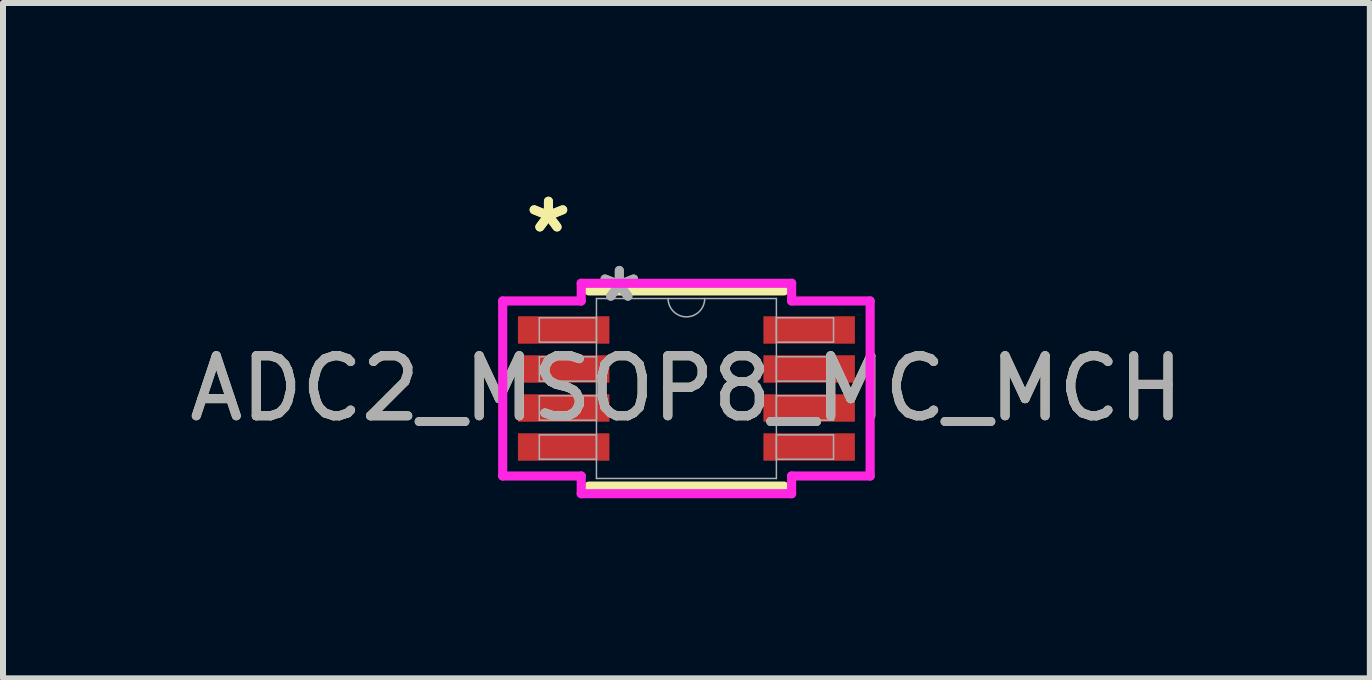
<source format=kicad_pcb>
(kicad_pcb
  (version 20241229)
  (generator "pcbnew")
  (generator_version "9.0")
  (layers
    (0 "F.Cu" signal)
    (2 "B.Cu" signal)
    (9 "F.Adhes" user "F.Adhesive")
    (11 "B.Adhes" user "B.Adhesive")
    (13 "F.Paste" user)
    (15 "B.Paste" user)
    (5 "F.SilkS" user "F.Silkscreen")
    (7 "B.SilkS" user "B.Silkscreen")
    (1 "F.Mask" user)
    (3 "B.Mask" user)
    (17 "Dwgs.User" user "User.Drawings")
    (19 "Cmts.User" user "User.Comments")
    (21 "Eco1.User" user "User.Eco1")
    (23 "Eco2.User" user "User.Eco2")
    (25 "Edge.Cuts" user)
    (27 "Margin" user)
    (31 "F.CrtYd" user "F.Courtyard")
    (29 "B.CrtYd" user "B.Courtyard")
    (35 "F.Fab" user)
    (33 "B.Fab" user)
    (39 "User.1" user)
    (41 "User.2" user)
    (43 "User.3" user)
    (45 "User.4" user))
  (footprint "ADC2_MSOP8_MC_MCH"
    (layer "F.Cu")
    (at 8.387 3.423)
    (property "Reference" "ADC2_MSOP8_MC_MCH" (at 0 0 0) (unlocked yes) (layer "F.SilkS") (effects (font (size 1 1) (thickness 0.15))))
    (attr smd)
    (fp_line (start -1.626 1.626) (end 1.626 1.626) (stroke (width 0.152) (type solid)) (layer "F.SilkS"))
    (fp_line (start 1.626 -1.626) (end -1.626 -1.626) (stroke (width 0.152) (type solid)) (layer "F.SilkS"))
    (fp_line (start -3.061 -1.458) (end -1.753 -1.458) (stroke (width 0.152) (type solid)) (layer "F.CrtYd"))
    (fp_line (start -3.061 1.458) (end -3.061 -1.458) (stroke (width 0.152) (type solid)) (layer "F.CrtYd"))
    (fp_line (start -3.061 1.458) (end -1.753 1.458) (stroke (width 0.152) (type solid)) (layer "F.CrtYd"))
    (fp_line (start -1.753 -1.753) (end 1.753 -1.753) (stroke (width 0.152) (type solid)) (layer "F.CrtYd"))
    (fp_line (start -1.753 -1.458) (end -1.753 -1.753) (stroke (width 0.152) (type solid)) (layer "F.CrtYd"))
    (fp_line (start -1.753 1.753) (end -1.753 1.458) (stroke (width 0.152) (type solid)) (layer "F.CrtYd"))
    (fp_line (start 1.753 -1.753) (end 1.753 -1.458) (stroke (width 0.152) (type solid)) (layer "F.CrtYd"))
    (fp_line (start 1.753 1.458) (end 1.753 1.753) (stroke (width 0.152) (type solid)) (layer "F.CrtYd"))
    (fp_line (start 1.753 1.753) (end -1.753 1.753) (stroke (width 0.152) (type solid)) (layer "F.CrtYd"))
    (fp_line (start 3.061 -1.458) (end 1.753 -1.458) (stroke (width 0.152) (type solid)) (layer "F.CrtYd"))
    (fp_line (start 3.061 -1.458) (end 3.061 1.458) (stroke (width 0.152) (type solid)) (layer "F.CrtYd"))
    (fp_line (start 3.061 1.458) (end 1.753 1.458) (stroke (width 0.152) (type solid)) (layer "F.CrtYd"))
    (fp_line (start -2.451 -1.178) (end -2.451 -0.772) (stroke (width 0.025) (type solid)) (layer "F.Fab"))
    (fp_line (start -2.451 -0.772) (end -1.499 -0.772) (stroke (width 0.025) (type solid)) (layer "F.Fab"))
    (fp_line (start -2.451 -0.528) (end -2.451 -0.122) (stroke (width 0.025) (type solid)) (layer "F.Fab"))
    (fp_line (start -2.451 -0.122) (end -1.499 -0.122) (stroke (width 0.025) (type solid)) (layer "F.Fab"))
    (fp_line (start -2.451 0.122) (end -2.451 0.528) (stroke (width 0.025) (type solid)) (layer "F.Fab"))
    (fp_line (start -2.451 0.528) (end -1.499 0.528) (stroke (width 0.025) (type solid)) (layer "F.Fab"))
    (fp_line (start -2.451 0.772) (end -2.451 1.178) (stroke (width 0.025) (type solid)) (layer "F.Fab"))
    (fp_line (start -2.451 1.178) (end -1.499 1.178) (stroke (width 0.025) (type solid)) (layer "F.Fab"))
    (fp_line (start -1.499 -1.499) (end -1.499 1.499) (stroke (width 0.025) (type solid)) (layer "F.Fab"))
    (fp_line (start -1.499 -1.178) (end -2.451 -1.178) (stroke (width 0.025) (type solid)) (layer "F.Fab"))
    (fp_line (start -1.499 -0.772) (end -1.499 -1.178) (stroke (width 0.025) (type solid)) (layer "F.Fab"))
    (fp_line (start -1.499 -0.528) (end -2.451 -0.528) (stroke (width 0.025) (type solid)) (layer "F.Fab"))
    (fp_line (start -1.499 -0.122) (end -1.499 -0.528) (stroke (width 0.025) (type solid)) (layer "F.Fab"))
    (fp_line (start -1.499 0.122) (end -2.451 0.122) (stroke (width 0.025) (type solid)) (layer "F.Fab"))
    (fp_line (start -1.499 0.528) (end -1.499 0.122) (stroke (width 0.025) (type solid)) (layer "F.Fab"))
    (fp_line (start -1.499 0.772) (end -2.451 0.772) (stroke (width 0.025) (type solid)) (layer "F.Fab"))
    (fp_line (start -1.499 1.178) (end -1.499 0.772) (stroke (width 0.025) (type solid)) (layer "F.Fab"))
    (fp_line (start -1.499 1.499) (end 1.499 1.499) (stroke (width 0.025) (type solid)) (layer "F.Fab"))
    (fp_line (start 1.499 -1.499) (end -1.499 -1.499) (stroke (width 0.025) (type solid)) (layer "F.Fab"))
    (fp_line (start 1.499 -1.178) (end 1.499 -0.772) (stroke (width 0.025) (type solid)) (layer "F.Fab"))
    (fp_line (start 1.499 -0.772) (end 2.451 -0.772) (stroke (width 0.025) (type solid)) (layer "F.Fab"))
    (fp_line (start 1.499 -0.528) (end 1.499 -0.122) (stroke (width 0.025) (type solid)) (layer "F.Fab"))
    (fp_line (start 1.499 -0.122) (end 2.451 -0.122) (stroke (width 0.025) (type solid)) (layer "F.Fab"))
    (fp_line (start 1.499 0.122) (end 1.499 0.528) (stroke (width 0.025) (type solid)) (layer "F.Fab"))
    (fp_line (start 1.499 0.528) (end 2.451 0.528) (stroke (width 0.025) (type solid)) (layer "F.Fab"))
    (fp_line (start 1.499 0.772) (end 1.499 1.178) (stroke (width 0.025) (type solid)) (layer "F.Fab"))
    (fp_line (start 1.499 1.178) (end 2.451 1.178) (stroke (width 0.025) (type solid)) (layer "F.Fab"))
    (fp_line (start 1.499 1.499) (end 1.499 -1.499) (stroke (width 0.025) (type solid)) (layer "F.Fab"))
    (fp_line (start 2.451 -1.178) (end 1.499 -1.178) (stroke (width 0.025) (type solid)) (layer "F.Fab"))
    (fp_line (start 2.451 -0.772) (end 2.451 -1.178) (stroke (width 0.025) (type solid)) (layer "F.Fab"))
    (fp_line (start 2.451 -0.528) (end 1.499 -0.528) (stroke (width 0.025) (type solid)) (layer "F.Fab"))
    (fp_line (start 2.451 -0.122) (end 2.451 -0.528) (stroke (width 0.025) (type solid)) (layer "F.Fab"))
    (fp_line (start 2.451 0.122) (end 1.499 0.122) (stroke (width 0.025) (type solid)) (layer "F.Fab"))
    (fp_line (start 2.451 0.528) (end 2.451 0.122) (stroke (width 0.025) (type solid)) (layer "F.Fab"))
    (fp_line (start 2.451 0.772) (end 1.499 0.772) (stroke (width 0.025) (type solid)) (layer "F.Fab"))
    (fp_line (start 2.451 1.178) (end 2.451 0.772) (stroke (width 0.025) (type solid)) (layer "F.Fab"))
    (fp_arc (start 0.3048 -1.4986) (mid 0 -1.1938) (end -0.3048 -1.4986) (stroke (width 0.0254) (type solid)) (layer "F.Fab"))
    (fp_text user "*" (at -2.299 -2.575 0) (unlocked yes) (layer "F.SilkS") (effects (font (size 1 1) (thickness 0.15))))
    (fp_text user "*" (at -2.299 -2.575 0) (layer "F.SilkS") (effects (font (size 1 1) (thickness 0.15))))
    (fp_text user "*" (at -1.118 -1.422 0) (unlocked yes) (layer "F.Fab") (effects (font (size 1 1) (thickness 0.15))))
    (fp_text user "${REFERENCE}" (at 0 0 0) (unlocked yes) (layer "F.Fab") (effects (font (size 1 1) (thickness 0.15))))
    (fp_text user "*" (at -1.118 -1.422 0) (layer "F.Fab") (effects (font (size 1 1) (thickness 0.15))))
    (pad "1" smd rect (at -2.045 -0.975) (size 1.524 0.457) (layers "F.Cu" "F.Mask" "F.Paste"))
    (pad "2" smd rect (at -2.045 -0.325) (size 1.524 0.457) (layers "F.Cu" "F.Mask" "F.Paste"))
    (pad "3" smd rect (at -2.045 0.325) (size 1.524 0.457) (layers "F.Cu" "F.Mask" "F.Paste"))
    (pad "4" smd rect (at -2.045 0.975) (size 1.524 0.457) (layers "F.Cu" "F.Mask" "F.Paste"))
    (pad "5" smd rect (at 2.045 0.975) (size 1.524 0.457) (layers "F.Cu" "F.Mask" "F.Paste"))
    (pad "6" smd rect (at 2.045 0.325) (size 1.524 0.457) (layers "F.Cu" "F.Mask" "F.Paste"))
    (pad "7" smd rect (at 2.045 -0.325) (size 1.524 0.457) (layers "F.Cu" "F.Mask" "F.Paste"))
    (pad "8" smd rect (at 2.045 -0.975) (size 1.524 0.457) (layers "F.Cu" "F.Mask" "F.Paste")))
  (gr_rect
    (start -3 -3)
    (end 19.774 8.252)
    (stroke (width 0.1) (type default))
    (fill no)
    (layer "Edge.Cuts")))
</source>
